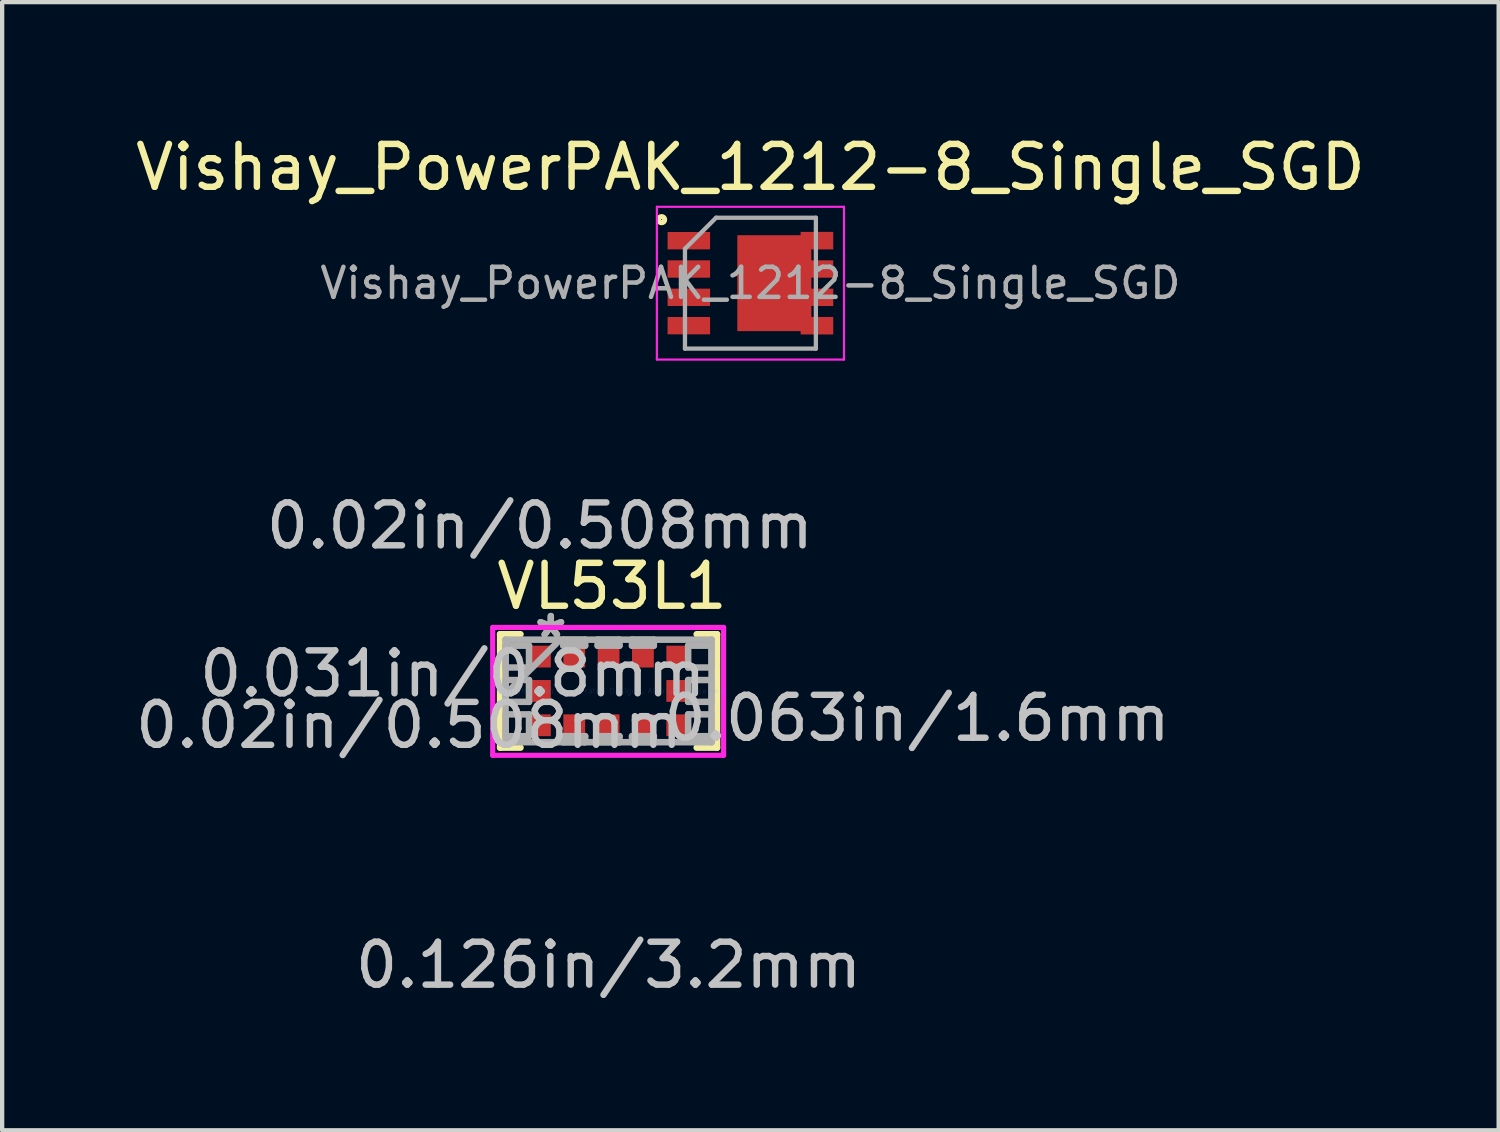
<source format=kicad_pcb>
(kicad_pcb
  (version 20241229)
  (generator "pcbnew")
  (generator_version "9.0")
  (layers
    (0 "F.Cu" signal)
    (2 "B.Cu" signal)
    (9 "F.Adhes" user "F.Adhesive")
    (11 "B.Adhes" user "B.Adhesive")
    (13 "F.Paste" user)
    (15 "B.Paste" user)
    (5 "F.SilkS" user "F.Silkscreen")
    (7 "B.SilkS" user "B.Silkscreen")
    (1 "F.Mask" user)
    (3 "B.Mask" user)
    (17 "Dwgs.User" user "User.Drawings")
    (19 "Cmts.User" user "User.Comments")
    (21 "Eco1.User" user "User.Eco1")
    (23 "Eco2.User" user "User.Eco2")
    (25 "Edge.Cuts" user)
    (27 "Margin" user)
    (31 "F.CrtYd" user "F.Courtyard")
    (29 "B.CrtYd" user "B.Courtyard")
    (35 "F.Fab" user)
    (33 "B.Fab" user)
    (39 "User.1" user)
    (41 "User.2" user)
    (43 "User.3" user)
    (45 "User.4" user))
  (footprint "Vishay_PowerPAK_1212-8_Single_SGD"
    (layer "F.Cu")
    (at 14.435 3.548)
    (property "Reference" "Vishay_PowerPAK_1212-8_Single_SGD" (at 0 -2.7 0) (layer "F.SilkS") (effects (font (size 1 1) (thickness 0.15))))
    (attr smd)
    (fp_circle (center -2.07 -1.48) (end -2.015 -1.435) (stroke (width 0.12) (type solid)) (fill no) (layer "F.SilkS"))
    (fp_line (start -2.18 -1.78) (end -2.18 1.78) (stroke (width 0.05) (type solid)) (layer "F.CrtYd"))
    (fp_line (start -2.18 -1.78) (end 2.18 -1.78) (stroke (width 0.05) (type solid)) (layer "F.CrtYd"))
    (fp_line (start -2.18 1.78) (end 2.18 1.78) (stroke (width 0.05) (type solid)) (layer "F.CrtYd"))
    (fp_line (start 2.18 -1.78) (end 2.18 1.78) (stroke (width 0.05) (type solid)) (layer "F.CrtYd"))
    (fp_line (start -1.525 -0.8) (end -1.525 1.525) (stroke (width 0.1) (type solid)) (layer "F.Fab"))
    (fp_line (start -1.525 -0.8) (end -0.8 -1.525) (stroke (width 0.1) (type solid)) (layer "F.Fab"))
    (fp_line (start -1.525 1.525) (end 1.525 1.525) (stroke (width 0.1) (type solid)) (layer "F.Fab"))
    (fp_line (start -0.8 -1.525) (end 1.525 -1.525) (stroke (width 0.1) (type solid)) (layer "F.Fab"))
    (fp_line (start 1.525 -1.525) (end 1.525 1.525) (stroke (width 0.1) (type solid)) (layer "F.Fab"))
    (fp_text user "${REFERENCE}" (at 0 0 0) (layer "F.Fab") (effects (font (size 0.7 0.7) (thickness 0.105))))
    (pad "1" smd rect (at -1.435 -0.99) (size 0.99 0.405) (layers "F.Cu" "F.Mask" "F.Paste"))
    (pad "1" smd rect (at -1.435 -0.33) (size 0.99 0.405) (layers "F.Cu" "F.Mask" "F.Paste"))
    (pad "1" smd rect (at -1.435 0.33) (size 0.99 0.405) (layers "F.Cu" "F.Mask" "F.Paste"))
    (pad "2" smd rect (at -1.435 0.99) (size 0.99 0.405) (layers "F.Cu" "F.Mask" "F.Paste"))
    (pad "3" smd custom (at 0.557 0) (size 1.725 2.235) (layers "F.Cu" "F.Mask" "F.Paste") (options (anchor rect)) (primitives (gr_poly (pts (xy 0.863 0.128) (xy 0.863 -0.128) (xy 1.373 -0.128) (xy 1.373 -0.532) (xy 0.863 -0.532) (xy 0.863 -0.787) (xy 1.373 -0.787) (xy 1.373 -1.195) (xy 0.613 -1.195) (xy 0.613 1.195) (xy 1.373 1.195) (xy 1.373 0.787) (xy 0.863 0.787) (xy 0.863 0.532) (xy 1.373 0.532) (xy 1.373 0.128)) (width 0) (fill yes)))))
  (footprint "VL53L1"
    (layer "F.Cu")
    (at 11.13 13.049)
    (property "Reference" "VL53L1" (at 0.08 -2.44 0) (layer "F.SilkS") (effects (font (size 1 1) (thickness 0.15))))
    (attr through_hole)
    (fp_line (start -2.527 -1.321) (end -2.527 1.321) (stroke (width 0.152) (type solid)) (layer "F.SilkS"))
    (fp_line (start -2.527 1.321) (end -2.053 1.321) (stroke (width 0.152) (type solid)) (layer "F.SilkS"))
    (fp_line (start -2.053 -1.321) (end -2.527 -1.321) (stroke (width 0.152) (type solid)) (layer "F.SilkS"))
    (fp_line (start 2.053 1.321) (end 2.527 1.321) (stroke (width 0.152) (type solid)) (layer "F.SilkS"))
    (fp_line (start 2.527 -1.321) (end 2.053 -1.321) (stroke (width 0.152) (type solid)) (layer "F.SilkS"))
    (fp_line (start 2.527 1.321) (end 2.527 -1.321) (stroke (width 0.152) (type solid)) (layer "F.SilkS"))
    (fp_line (start -2.7 -1.48) (end 2.68 -1.48) (stroke (width 0.12) (type solid)) (layer "F.CrtYd"))
    (fp_line (start -2.7 1.5) (end -2.7 -1.48) (stroke (width 0.12) (type solid)) (layer "F.CrtYd"))
    (fp_line (start 2.68 -1.48) (end 2.68 1.5) (stroke (width 0.12) (type solid)) (layer "F.CrtYd"))
    (fp_line (start 2.68 1.5) (end -2.7 1.5) (stroke (width 0.12) (type solid)) (layer "F.CrtYd"))
    (fp_line (start -2.4 -1.194) (end -2.4 -1.194) (stroke (width 0.152) (type solid)) (layer "F.Fab"))
    (fp_line (start -2.4 -1.194) (end -2.4 1.194) (stroke (width 0.152) (type solid)) (layer "F.Fab"))
    (fp_line (start -2.4 -1.054) (end -1.854 -1.054) (stroke (width 0.152) (type solid)) (layer "F.Fab"))
    (fp_line (start -2.4 -0.546) (end -2.4 -1.054) (stroke (width 0.152) (type solid)) (layer "F.Fab"))
    (fp_line (start -2.4 -0.254) (end -1.854 -0.254) (stroke (width 0.152) (type solid)) (layer "F.Fab"))
    (fp_line (start -2.4 0.076) (end -1.13 -1.194) (stroke (width 0.152) (type solid)) (layer "F.Fab"))
    (fp_line (start -2.4 0.254) (end -2.4 -0.254) (stroke (width 0.152) (type solid)) (layer "F.Fab"))
    (fp_line (start -2.4 0.546) (end -1.854 0.546) (stroke (width 0.152) (type solid)) (layer "F.Fab"))
    (fp_line (start -2.4 1.054) (end -2.4 0.546) (stroke (width 0.152) (type solid)) (layer "F.Fab"))
    (fp_line (start -2.4 1.194) (end -2.4 1.194) (stroke (width 0.152) (type solid)) (layer "F.Fab"))
    (fp_line (start -2.4 1.194) (end 2.4 1.194) (stroke (width 0.152) (type solid)) (layer "F.Fab"))
    (fp_line (start -1.854 -1.054) (end -1.854 -0.546) (stroke (width 0.152) (type solid)) (layer "F.Fab"))
    (fp_line (start -1.854 -0.546) (end -2.4 -0.546) (stroke (width 0.152) (type solid)) (layer "F.Fab"))
    (fp_line (start -1.854 -0.254) (end -1.854 0.254) (stroke (width 0.152) (type solid)) (layer "F.Fab"))
    (fp_line (start -1.854 0.254) (end -2.4 0.254) (stroke (width 0.152) (type solid)) (layer "F.Fab"))
    (fp_line (start -1.854 0.546) (end -1.854 1.054) (stroke (width 0.152) (type solid)) (layer "F.Fab"))
    (fp_line (start -1.854 1.054) (end -2.4 1.054) (stroke (width 0.152) (type solid)) (layer "F.Fab"))
    (fp_line (start -1.054 -1.194) (end -0.546 -1.194) (stroke (width 0.152) (type solid)) (layer "F.Fab"))
    (fp_line (start -1.054 -1.054) (end -1.054 -1.194) (stroke (width 0.152) (type solid)) (layer "F.Fab"))
    (fp_line (start -1.054 1.054) (end -0.546 1.054) (stroke (width 0.152) (type solid)) (layer "F.Fab"))
    (fp_line (start -1.054 1.194) (end -1.054 1.054) (stroke (width 0.152) (type solid)) (layer "F.Fab"))
    (fp_line (start -0.546 -1.194) (end -0.546 -1.054) (stroke (width 0.152) (type solid)) (layer "F.Fab"))
    (fp_line (start -0.546 -1.054) (end -1.054 -1.054) (stroke (width 0.152) (type solid)) (layer "F.Fab"))
    (fp_line (start -0.546 1.054) (end -0.546 1.194) (stroke (width 0.152) (type solid)) (layer "F.Fab"))
    (fp_line (start -0.546 1.194) (end -1.054 1.194) (stroke (width 0.152) (type solid)) (layer "F.Fab"))
    (fp_line (start -0.254 -1.194) (end 0.254 -1.194) (stroke (width 0.152) (type solid)) (layer "F.Fab"))
    (fp_line (start -0.254 -1.054) (end -0.254 -1.194) (stroke (width 0.152) (type solid)) (layer "F.Fab"))
    (fp_line (start -0.254 1.054) (end 0.254 1.054) (stroke (width 0.152) (type solid)) (layer "F.Fab"))
    (fp_line (start -0.254 1.194) (end -0.254 1.054) (stroke (width 0.152) (type solid)) (layer "F.Fab"))
    (fp_line (start 0.254 -1.194) (end 0.254 -1.054) (stroke (width 0.152) (type solid)) (layer "F.Fab"))
    (fp_line (start 0.254 -1.054) (end -0.254 -1.054) (stroke (width 0.152) (type solid)) (layer "F.Fab"))
    (fp_line (start 0.254 1.054) (end 0.254 1.194) (stroke (width 0.152) (type solid)) (layer "F.Fab"))
    (fp_line (start 0.254 1.194) (end -0.254 1.194) (stroke (width 0.152) (type solid)) (layer "F.Fab"))
    (fp_line (start 0.546 -1.194) (end 1.054 -1.194) (stroke (width 0.152) (type solid)) (layer "F.Fab"))
    (fp_line (start 0.546 -1.054) (end 0.546 -1.194) (stroke (width 0.152) (type solid)) (layer "F.Fab"))
    (fp_line (start 0.546 1.054) (end 1.054 1.054) (stroke (width 0.152) (type solid)) (layer "F.Fab"))
    (fp_line (start 0.546 1.194) (end 0.546 1.054) (stroke (width 0.152) (type solid)) (layer "F.Fab"))
    (fp_line (start 1.054 -1.194) (end 1.054 -1.054) (stroke (width 0.152) (type solid)) (layer "F.Fab"))
    (fp_line (start 1.054 -1.054) (end 0.546 -1.054) (stroke (width 0.152) (type solid)) (layer "F.Fab"))
    (fp_line (start 1.054 1.054) (end 1.054 1.194) (stroke (width 0.152) (type solid)) (layer "F.Fab"))
    (fp_line (start 1.054 1.194) (end 0.546 1.194) (stroke (width 0.152) (type solid)) (layer "F.Fab"))
    (fp_line (start 1.854 -1.054) (end 2.4 -1.054) (stroke (width 0.152) (type solid)) (layer "F.Fab"))
    (fp_line (start 1.854 -0.546) (end 1.854 -1.054) (stroke (width 0.152) (type solid)) (layer "F.Fab"))
    (fp_line (start 1.854 -0.254) (end 2.4 -0.254) (stroke (width 0.152) (type solid)) (layer "F.Fab"))
    (fp_line (start 1.854 0.254) (end 1.854 -0.254) (stroke (width 0.152) (type solid)) (layer "F.Fab"))
    (fp_line (start 1.854 0.546) (end 2.4 0.546) (stroke (width 0.152) (type solid)) (layer "F.Fab"))
    (fp_line (start 1.854 1.054) (end 1.854 0.546) (stroke (width 0.152) (type solid)) (layer "F.Fab"))
    (fp_line (start 2.4 -1.194) (end -2.4 -1.194) (stroke (width 0.152) (type solid)) (layer "F.Fab"))
    (fp_line (start 2.4 -1.194) (end 2.4 -1.194) (stroke (width 0.152) (type solid)) (layer "F.Fab"))
    (fp_line (start 2.4 -1.054) (end 2.4 -0.546) (stroke (width 0.152) (type solid)) (layer "F.Fab"))
    (fp_line (start 2.4 -0.546) (end 1.854 -0.546) (stroke (width 0.152) (type solid)) (layer "F.Fab"))
    (fp_line (start 2.4 -0.254) (end 2.4 0.254) (stroke (width 0.152) (type solid)) (layer "F.Fab"))
    (fp_line (start 2.4 0.254) (end 1.854 0.254) (stroke (width 0.152) (type solid)) (layer "F.Fab"))
    (fp_line (start 2.4 0.546) (end 2.4 1.054) (stroke (width 0.152) (type solid)) (layer "F.Fab"))
    (fp_line (start 2.4 1.054) (end 1.854 1.054) (stroke (width 0.152) (type solid)) (layer "F.Fab"))
    (fp_line (start 2.4 1.194) (end 2.4 -1.194) (stroke (width 0.152) (type solid)) (layer "F.Fab"))
    (fp_line (start 2.4 1.194) (end 2.4 1.194) (stroke (width 0.152) (type solid)) (layer "F.Fab"))
    (fp_text user "0.063in/1.6mm" (at 7.188 0.635 0) (layer "Dwgs.User") (effects (font (size 1 1) (thickness 0.15))))
    (fp_text user "0.031in/0.8mm" (at -3.632 -0.4 0) (layer "Dwgs.User") (effects (font (size 1 1) (thickness 0.15))))
    (fp_text user "0.02in/0.508mm" (at -1.6 -3.848 0) (layer "Dwgs.User") (effects (font (size 1 1) (thickness 0.15))))
    (fp_text user "0.02in/0.508mm" (at -4.648 0.8 0) (layer "Dwgs.User") (effects (font (size 1 1) (thickness 0.15))))
    (fp_text user "0.126in/3.2mm" (at 0 6.388 0) (layer "Dwgs.User") (effects (font (size 1 1) (thickness 0.15))))
    (fp_text user "Copyright 2016 Accelerated Designs. All rights reserved." (at 0 0 0) (layer "Cmts.User") (effects (font (size 0.127 0.127) (thickness 0.002))))
    (fp_text user "*" (at -1.346 -1.2 0) (layer "F.Fab") (effects (font (size 1 1) (thickness 0.15))))
    (fp_text user "*" (at -1.346 -1.2 0) (layer "F.Fab") (effects (font (size 1 1) (thickness 0.15))))
    (pad "1" smd rect (at -1.6 -0.8 90) (size 0.508 0.508) (layers "F.Cu" "F.Mask" "F.Paste"))
    (pad "2" smd rect (at -0.8 -0.8) (size 0.508 0.508) (layers "F.Cu" "F.Mask" "F.Paste"))
    (pad "3" smd rect (at 0 -0.8) (size 0.508 0.508) (layers "F.Cu" "F.Mask" "F.Paste"))
    (pad "4" smd rect (at 0.8 -0.8) (size 0.508 0.508) (layers "F.Cu" "F.Mask" "F.Paste"))
    (pad "5" smd rect (at 1.6 -0.8 90) (size 0.508 0.508) (layers "F.Cu" "F.Mask" "F.Paste"))
    (pad "6" smd rect (at 1.6 0 90) (size 0.508 0.508) (layers "F.Cu" "F.Mask" "F.Paste"))
    (pad "7" smd rect (at 1.6 0.8 90) (size 0.508 0.508) (layers "F.Cu" "F.Mask" "F.Paste"))
    (pad "8" smd rect (at 0.8 0.8) (size 0.508 0.508) (layers "F.Cu" "F.Mask" "F.Paste"))
    (pad "9" smd rect (at 0 0.8) (size 0.508 0.508) (layers "F.Cu" "F.Mask" "F.Paste"))
    (pad "10" smd rect (at -0.8 0.8) (size 0.508 0.508) (layers "F.Cu" "F.Mask" "F.Paste"))
    (pad "11" smd rect (at -1.6 0.8 90) (size 0.508 0.508) (layers "F.Cu" "F.Mask" "F.Paste"))
    (pad "12" smd rect (at -1.6 0 90) (size 0.508 0.508) (layers "F.Cu" "F.Mask" "F.Paste")))
  (gr_rect
    (start -3 -3)
    (end 31.869 23.286)
    (stroke (width 0.1) (type default))
    (fill no)
    (layer "Edge.Cuts")))
</source>
